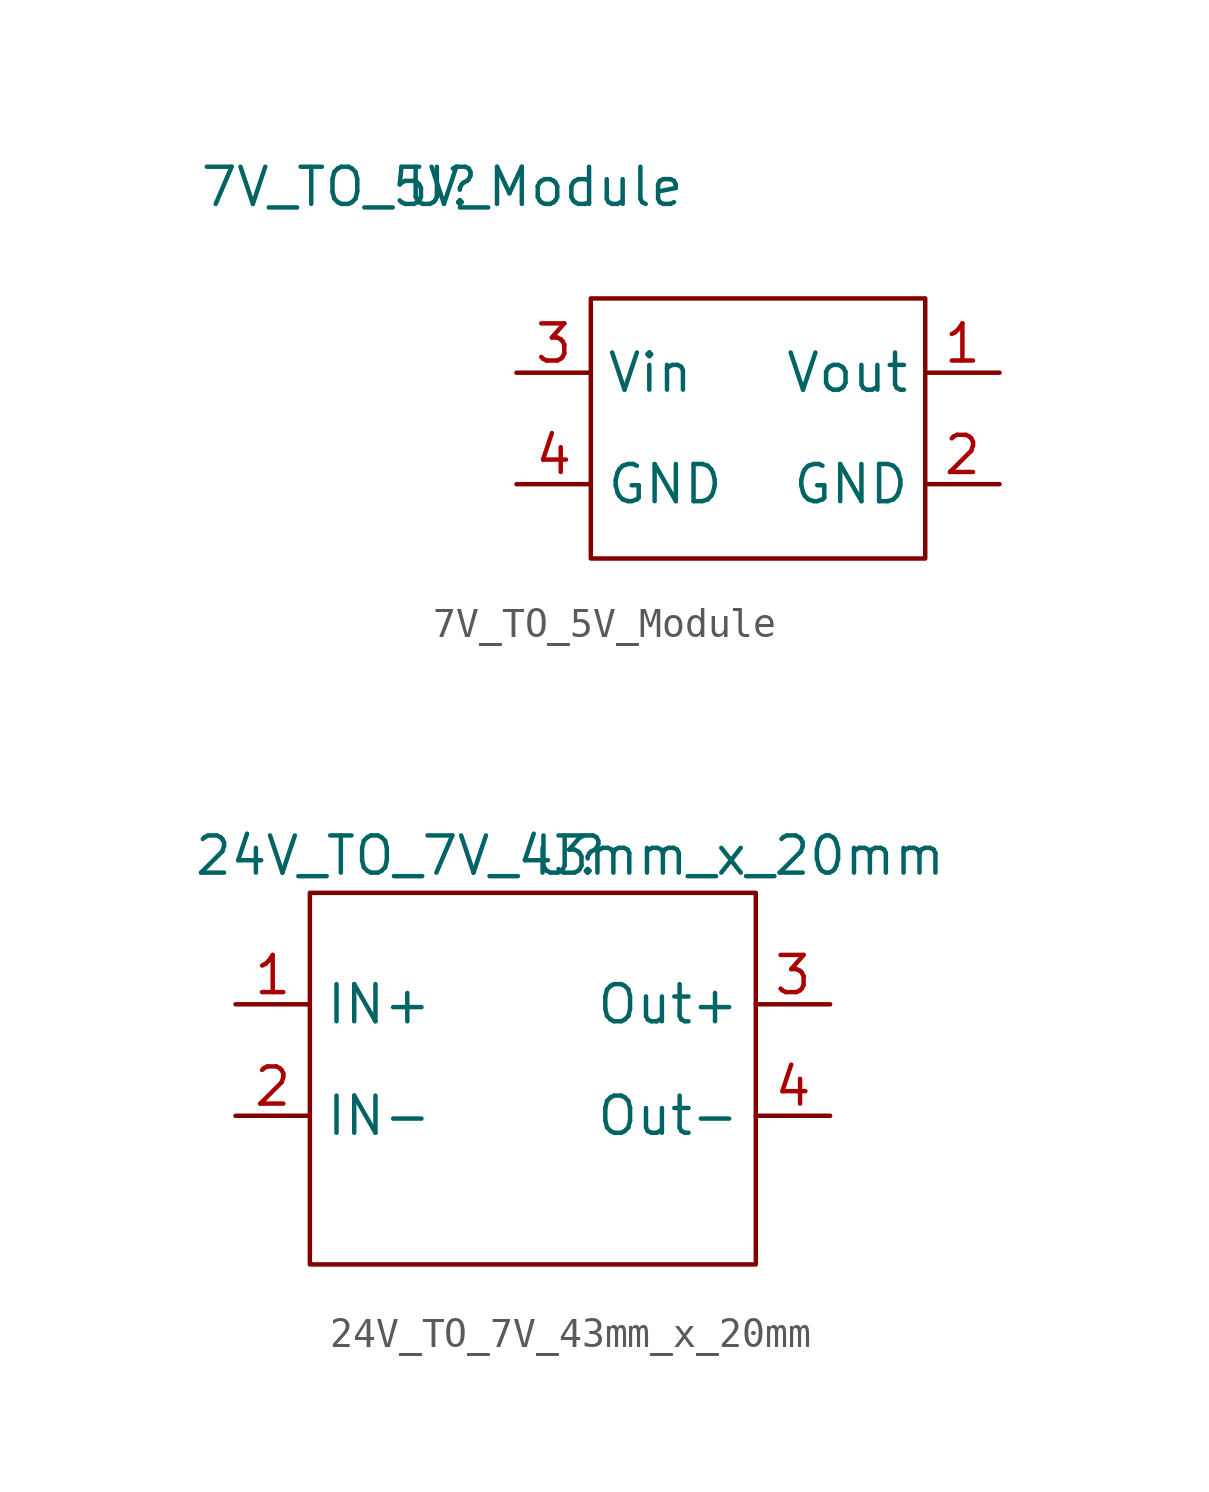
<source format=kicad_sym>
(kicad_symbol_lib
  (version 20211014)
  (generator kicad_symbol_editor)
  (symbol "7V_TO_5V_Module"
    (property "Reference" "U"
      (at 0 0 0)
      (effects (font (size 1.27 1.27))))
    (property "Value" "7V_TO_5V_Module"
      (at 0 0 0)
      (effects (font (size 1.27 1.27))))
    (symbol "7V_TO_5V_Module_0_1"
      (rectangle (start 5.08 -3.81) (end 16.51 -12.7) (stroke (width 0) (type default) (color 0 0 0 0)) (fill (type none))))
    (symbol "7V_TO_5V_Module_1_1"
      (pin output line (at 19.05 -6.35 180) (length 2.54) (name "Vout" (effects (font (size 1.27 1.27)))) (number "1" (effects (font (size 1.27 1.27)))))
      (pin output line (at 19.05 -10.16 180) (length 2.54) (name "GND" (effects (font (size 1.27 1.27)))) (number "2" (effects (font (size 1.27 1.27)))))
      (pin input line (at 2.54 -6.35 0) (length 2.54) (name "Vin" (effects (font (size 1.27 1.27)))) (number "3" (effects (font (size 1.27 1.27)))))
      (pin input line (at 2.54 -10.16 0) (length 2.54) (name "GND" (effects (font (size 1.27 1.27)))) (number "4" (effects (font (size 1.27 1.27)))))))
  (symbol "24V_TO_7V_43mm_x_20mm"
    (property "Reference" "U"
      (at 0 0 0)
      (effects (font (size 1.27 1.27))))
    (property "Value" "24V_TO_7V_43mm_x_20mm"
      (at 0 0 0)
      (effects (font (size 1.27 1.27))))
    (symbol "24V_TO_7V_43mm_x_20mm_0_1"
      (rectangle (start -8.89 -1.27) (end 6.35 -13.97) (stroke (width 0) (type default) (color 0 0 0 0)) (fill (type none))))
    (symbol "24V_TO_7V_43mm_x_20mm_1_1"
      (pin input line (at -11.43 -5.08 0) (length 2.54) (name "IN+" (effects (font (size 1.27 1.27)))) (number "1" (effects (font (size 1.27 1.27)))))
      (pin input line (at -11.43 -8.89 0) (length 2.54) (name "IN-" (effects (font (size 1.27 1.27)))) (number "2" (effects (font (size 1.27 1.27)))))
      (pin output line (at 8.89 -5.08 180) (length 2.54) (name "Out+" (effects (font (size 1.27 1.27)))) (number "3" (effects (font (size 1.27 1.27)))))
      (pin output line (at 8.89 -8.89 180) (length 2.54) (name "Out-" (effects (font (size 1.27 1.27)))) (number "4" (effects (font (size 1.27 1.27))))))))
</source>
